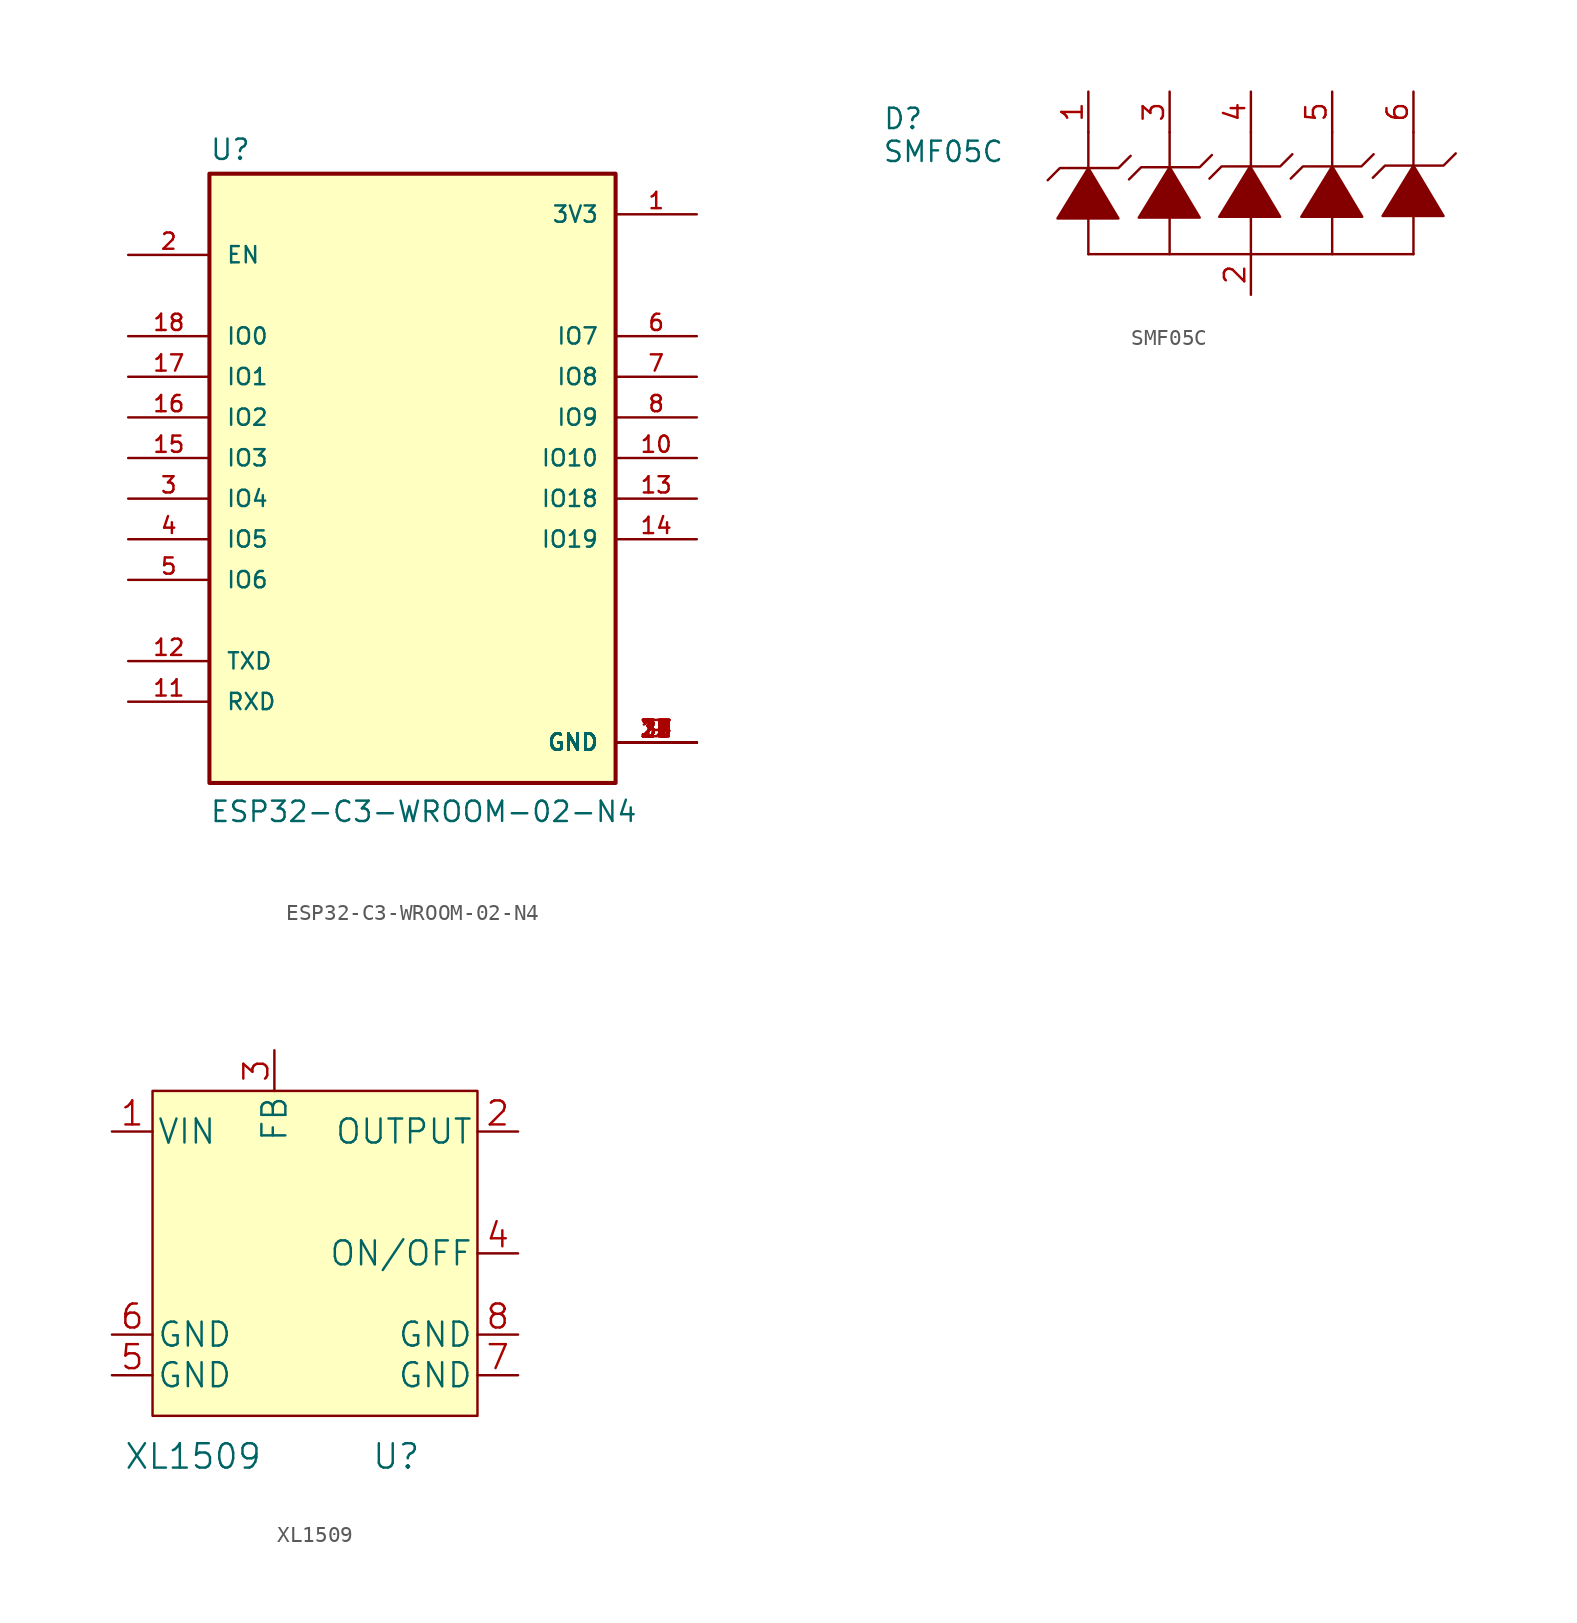
<source format=kicad_sym>
(kicad_symbol_lib
  (version 20211014)
  (generator kicad_symbol_editor)
  (symbol "ESP32-C3-WROOM-02-N4"
    (pin_names
      (offset 1.016))
    (property "Reference" "U"
      (at -12.7 21.082 0)
      (effects (font (size 1.27 1.27)) (justify left bottom)))
    (property "Value" "ESP32-C3-WROOM-02-N4"
      (at -12.7 -20.32 0)
      (effects (font (size 1.27 1.27)) (justify left bottom)))
    (symbol "ESP32-C3-WROOM-02-N4_0_0"
      (rectangle (start -12.7 -17.78) (end 12.7 20.32) (stroke (width 0.254) (type default) (color 0 0 0 0)) (fill (type background)))
      (pin power_in line (at 17.78 17.78 180) (length 5.08) (name "3V3" (effects (font (size 1.016 1.016)))) (number "1" (effects (font (size 1.016 1.016)))))
      (pin bidirectional line (at 17.78 2.54 180) (length 5.08) (name "IO10" (effects (font (size 1.016 1.016)))) (number "10" (effects (font (size 1.016 1.016)))))
      (pin bidirectional line (at -17.78 -12.7 0) (length 5.08) (name "RXD" (effects (font (size 1.016 1.016)))) (number "11" (effects (font (size 1.016 1.016)))))
      (pin bidirectional line (at -17.78 -10.16 0) (length 5.08) (name "TXD" (effects (font (size 1.016 1.016)))) (number "12" (effects (font (size 1.016 1.016)))))
      (pin bidirectional line (at 17.78 0 180) (length 5.08) (name "IO18" (effects (font (size 1.016 1.016)))) (number "13" (effects (font (size 1.016 1.016)))))
      (pin bidirectional line (at 17.78 -2.54 180) (length 5.08) (name "IO19" (effects (font (size 1.016 1.016)))) (number "14" (effects (font (size 1.016 1.016)))))
      (pin bidirectional line (at -17.78 2.54 0) (length 5.08) (name "IO3" (effects (font (size 1.016 1.016)))) (number "15" (effects (font (size 1.016 1.016)))))
      (pin bidirectional line (at -17.78 5.08 0) (length 5.08) (name "IO2" (effects (font (size 1.016 1.016)))) (number "16" (effects (font (size 1.016 1.016)))))
      (pin bidirectional line (at -17.78 7.62 0) (length 5.08) (name "IO1" (effects (font (size 1.016 1.016)))) (number "17" (effects (font (size 1.016 1.016)))))
      (pin bidirectional line (at -17.78 10.16 0) (length 5.08) (name "IO0" (effects (font (size 1.016 1.016)))) (number "18" (effects (font (size 1.016 1.016)))))
      (pin power_in line (at 17.78 -15.24 180) (length 5.08) (name "GND" (effects (font (size 1.016 1.016)))) (number "19" (effects (font (size 1.016 1.016)))))
      (pin input line (at -17.78 15.24 0) (length 5.08) (name "EN" (effects (font (size 1.016 1.016)))) (number "2" (effects (font (size 1.016 1.016)))))
      (pin power_in line (at 17.78 -15.24 180) (length 5.08) (name "GND" (effects (font (size 1.016 1.016)))) (number "20" (effects (font (size 1.016 1.016)))))
      (pin power_in line (at 17.78 -15.24 180) (length 5.08) (name "GND" (effects (font (size 1.016 1.016)))) (number "21" (effects (font (size 1.016 1.016)))))
      (pin power_in line (at 17.78 -15.24 180) (length 5.08) (name "GND" (effects (font (size 1.016 1.016)))) (number "22" (effects (font (size 1.016 1.016)))))
      (pin power_in line (at 17.78 -15.24 180) (length 5.08) (name "GND" (effects (font (size 1.016 1.016)))) (number "23" (effects (font (size 1.016 1.016)))))
      (pin power_in line (at 17.78 -15.24 180) (length 5.08) (name "GND" (effects (font (size 1.016 1.016)))) (number "24" (effects (font (size 1.016 1.016)))))
      (pin power_in line (at 17.78 -15.24 180) (length 5.08) (name "GND" (effects (font (size 1.016 1.016)))) (number "25" (effects (font (size 1.016 1.016)))))
      (pin power_in line (at 17.78 -15.24 180) (length 5.08) (name "GND" (effects (font (size 1.016 1.016)))) (number "26" (effects (font (size 1.016 1.016)))))
      (pin power_in line (at 17.78 -15.24 180) (length 5.08) (name "GND" (effects (font (size 1.016 1.016)))) (number "27" (effects (font (size 1.016 1.016)))))
      (pin power_in line (at 17.78 -15.24 180) (length 5.08) (name "GND" (effects (font (size 1.016 1.016)))) (number "28" (effects (font (size 1.016 1.016)))))
      (pin power_in line (at 17.78 -15.24 180) (length 5.08) (name "GND" (effects (font (size 1.016 1.016)))) (number "29" (effects (font (size 1.016 1.016)))))
      (pin bidirectional line (at -17.78 0 0) (length 5.08) (name "IO4" (effects (font (size 1.016 1.016)))) (number "3" (effects (font (size 1.016 1.016)))))
      (pin power_in line (at 17.78 -15.24 180) (length 5.08) (name "GND" (effects (font (size 1.016 1.016)))) (number "30" (effects (font (size 1.016 1.016)))))
      (pin power_in line (at 17.78 -15.24 180) (length 5.08) (name "GND" (effects (font (size 1.016 1.016)))) (number "31" (effects (font (size 1.016 1.016)))))
      (pin power_in line (at 17.78 -15.24 180) (length 5.08) (name "GND" (effects (font (size 1.016 1.016)))) (number "32" (effects (font (size 1.016 1.016)))))
      (pin power_in line (at 17.78 -15.24 180) (length 5.08) (name "GND" (effects (font (size 1.016 1.016)))) (number "33" (effects (font (size 1.016 1.016)))))
      (pin power_in line (at 17.78 -15.24 180) (length 5.08) (name "GND" (effects (font (size 1.016 1.016)))) (number "34" (effects (font (size 1.016 1.016)))))
      (pin power_in line (at 17.78 -15.24 180) (length 5.08) (name "GND" (effects (font (size 1.016 1.016)))) (number "35" (effects (font (size 1.016 1.016)))))
      (pin power_in line (at 17.78 -15.24 180) (length 5.08) (name "GND" (effects (font (size 1.016 1.016)))) (number "36" (effects (font (size 1.016 1.016)))))
      (pin power_in line (at 17.78 -15.24 180) (length 5.08) (name "GND" (effects (font (size 1.016 1.016)))) (number "37" (effects (font (size 1.016 1.016)))))
      (pin power_in line (at 17.78 -15.24 180) (length 5.08) (name "GND" (effects (font (size 1.016 1.016)))) (number "38" (effects (font (size 1.016 1.016)))))
      (pin power_in line (at 17.78 -15.24 180) (length 5.08) (name "GND" (effects (font (size 1.016 1.016)))) (number "39" (effects (font (size 1.016 1.016)))))
      (pin bidirectional line (at -17.78 -2.54 0) (length 5.08) (name "IO5" (effects (font (size 1.016 1.016)))) (number "4" (effects (font (size 1.016 1.016)))))
      (pin bidirectional line (at -17.78 -5.08 0) (length 5.08) (name "IO6" (effects (font (size 1.016 1.016)))) (number "5" (effects (font (size 1.016 1.016)))))
      (pin bidirectional line (at 17.78 10.16 180) (length 5.08) (name "IO7" (effects (font (size 1.016 1.016)))) (number "6" (effects (font (size 1.016 1.016)))))
      (pin bidirectional line (at 17.78 7.62 180) (length 5.08) (name "IO8" (effects (font (size 1.016 1.016)))) (number "7" (effects (font (size 1.016 1.016)))))
      (pin bidirectional line (at 17.78 5.08 180) (length 5.08) (name "IO9" (effects (font (size 1.016 1.016)))) (number "8" (effects (font (size 1.016 1.016)))))
      (pin power_in line (at 17.78 -15.24 180) (length 5.08) (name "GND" (effects (font (size 1.016 1.016)))) (number "9" (effects (font (size 1.016 1.016)))))))
  (symbol "SMF05C"
    (pin_names
      (offset 1.016))
    (property "Reference" "D"
      (at -23.018 0.102 0)
      (effects (font (size 1.27 1.27)) (justify left bottom)))
    (property "Value" "SMF05C"
      (at -23.04 -1.958 0)
      (effects (font (size 1.27 1.27)) (justify left bottom)))
    (symbol "SMF05C_0_1"
      (polyline (pts (xy -10.16 -7.62) (xy 10.16 -7.62)) (stroke (width 0) (type default) (color 0 0 0 0)) (fill (type none)))
      (polyline (pts (xy -10.16 0) (xy -10.16 -7.62)) (stroke (width 0) (type default) (color 0 0 0 0)) (fill (type none)))
      (polyline (pts (xy -5.08 0) (xy -5.08 -7.62)) (stroke (width 0) (type default) (color 0 0 0 0)) (fill (type none)))
      (polyline (pts (xy 0 0) (xy 0 -7.62)) (stroke (width 0) (type default) (color 0 0 0 0)) (fill (type none)))
      (polyline (pts (xy 5.08 0) (xy 5.08 -7.62)) (stroke (width 0) (type default) (color 0 0 0 0)) (fill (type none)))
      (polyline (pts (xy 10.16 0) (xy 10.16 -7.62)) (stroke (width 0) (type default) (color 0 0 0 0)) (fill (type none)))
      (polyline (pts (xy -12.7 -2.997) (xy -11.938 -2.235) (xy -10.16 -2.235)) (stroke (width 0) (type default) (color 0 0 0 0)) (fill (type none)))
      (polyline (pts (xy -7.62 -2.946) (xy -6.858 -2.184) (xy -5.08 -2.184)) (stroke (width 0) (type default) (color 0 0 0 0)) (fill (type none)))
      (polyline (pts (xy -7.518 -1.473) (xy -8.28 -2.235) (xy -10.058 -2.235)) (stroke (width 0) (type default) (color 0 0 0 0)) (fill (type none)))
      (polyline (pts (xy -2.591 -2.896) (xy -1.829 -2.134) (xy -0.051 -2.134)) (stroke (width 0) (type default) (color 0 0 0 0)) (fill (type none)))
      (polyline (pts (xy -2.438 -1.422) (xy -3.2 -2.184) (xy -4.978 -2.184)) (stroke (width 0) (type default) (color 0 0 0 0)) (fill (type none)))
      (polyline (pts (xy 2.489 -2.896) (xy 3.251 -2.134) (xy 5.029 -2.134)) (stroke (width 0) (type default) (color 0 0 0 0)) (fill (type none)))
      (polyline (pts (xy 2.591 -1.372) (xy 1.829 -2.134) (xy 0.051 -2.134)) (stroke (width 0) (type default) (color 0 0 0 0)) (fill (type none)))
      (polyline (pts (xy 7.62 -2.845) (xy 8.382 -2.083) (xy 10.16 -2.083)) (stroke (width 0) (type default) (color 0 0 0 0)) (fill (type none)))
      (polyline (pts (xy 7.671 -1.372) (xy 6.909 -2.134) (xy 5.131 -2.134)) (stroke (width 0) (type default) (color 0 0 0 0)) (fill (type none)))
      (polyline (pts (xy 12.802 -1.321) (xy 12.04 -2.083) (xy 10.262 -2.083)) (stroke (width 0) (type default) (color 0 0 0 0)) (fill (type none)))
      (polyline (pts (xy -10.16 -2.235) (xy -12.09 -5.385) (xy -8.28 -5.385) (xy -10.16 -2.235)) (stroke (width 0) (type default) (color 0 0 0 0)) (fill (type outline)))
      (polyline (pts (xy -5.08 -2.184) (xy -7.01 -5.334) (xy -3.2 -5.334) (xy -5.08 -2.184)) (stroke (width 0) (type default) (color 0 0 0 0)) (fill (type outline)))
      (polyline (pts (xy -0.051 -2.134) (xy -1.981 -5.283) (xy 1.829 -5.283) (xy -0.051 -2.134)) (stroke (width 0) (type default) (color 0 0 0 0)) (fill (type outline)))
      (polyline (pts (xy 5.08 -2.134) (xy 3.15 -5.283) (xy 6.96 -5.283) (xy 5.08 -2.134)) (stroke (width 0) (type default) (color 0 0 0 0)) (fill (type outline)))
      (polyline (pts (xy 10.16 -2.083) (xy 8.23 -5.232) (xy 12.04 -5.232) (xy 10.16 -2.083)) (stroke (width 0) (type default) (color 0 0 0 0)) (fill (type outline))))
    (symbol "SMF05C_1_1"
      (pin passive line (at -10.16 2.54 270) (length 2.54) (name "" (effects (font (size 1.27 1.27)))) (number "1" (effects (font (size 1.27 1.27)))))
      (pin passive line (at 0 -10.16 90) (length 2.54) (name "" (effects (font (size 1.27 1.27)))) (number "2" (effects (font (size 1.27 1.27)))))
      (pin passive line (at -5.08 2.54 270) (length 2.54) (name "" (effects (font (size 1.27 1.27)))) (number "3" (effects (font (size 1.27 1.27)))))
      (pin passive line (at 0 2.54 270) (length 2.54) (name "" (effects (font (size 1.27 1.27)))) (number "4" (effects (font (size 1.27 1.27)))))
      (pin passive line (at 5.08 2.54 270) (length 2.54) (name "" (effects (font (size 1.27 1.27)))) (number "5" (effects (font (size 1.27 1.27)))))
      (pin passive line (at 10.16 2.54 270) (length 2.54) (name "" (effects (font (size 1.27 1.27)))) (number "6" (effects (font (size 1.27 1.27)))))))
  (symbol "XL1509"
    (pin_names
      (offset 0.254))
    (property "Reference" "U"
      (at 5.08 -12.7 0)
      (effects (font (size 1.524 1.524))))
    (property "Value" "XL1509"
      (at -7.62 -12.7 0)
      (effects (font (size 1.524 1.524))))
    (symbol "XL1509_1_1"
      (rectangle (start -10.16 10.16) (end 10.16 -10.16) (stroke (width 0) (type default) (color 0 0 0 0)) (fill (type background)))
      (pin power_in line (at -12.7 7.62 0) (length 2.54) (name "VIN" (effects (font (size 1.499 1.499)))) (number "1" (effects (font (size 1.499 1.499)))))
      (pin output line (at 12.7 7.62 180) (length 2.54) (name "OUTPUT" (effects (font (size 1.499 1.499)))) (number "2" (effects (font (size 1.499 1.499)))))
      (pin input line (at -2.54 12.7 270) (length 2.54) (name "FB" (effects (font (size 1.499 1.499)))) (number "3" (effects (font (size 1.499 1.499)))))
      (pin input line (at 12.7 0 180) (length 2.54) (name "ON/OFF" (effects (font (size 1.499 1.499)))) (number "4" (effects (font (size 1.499 1.499)))))
      (pin power_in line (at -12.7 -7.62 0) (length 2.54) (name "GND" (effects (font (size 1.499 1.499)))) (number "5" (effects (font (size 1.499 1.499)))))
      (pin power_in line (at -12.7 -5.08 0) (length 2.54) (name "GND" (effects (font (size 1.499 1.499)))) (number "6" (effects (font (size 1.499 1.499)))))
      (pin power_in line (at 12.7 -7.62 180) (length 2.54) (name "GND" (effects (font (size 1.499 1.499)))) (number "7" (effects (font (size 1.499 1.499)))))
      (pin power_in line (at 12.7 -5.08 180) (length 2.54) (name "GND" (effects (font (size 1.499 1.499)))) (number "8" (effects (font (size 1.499 1.499))))))))
</source>
